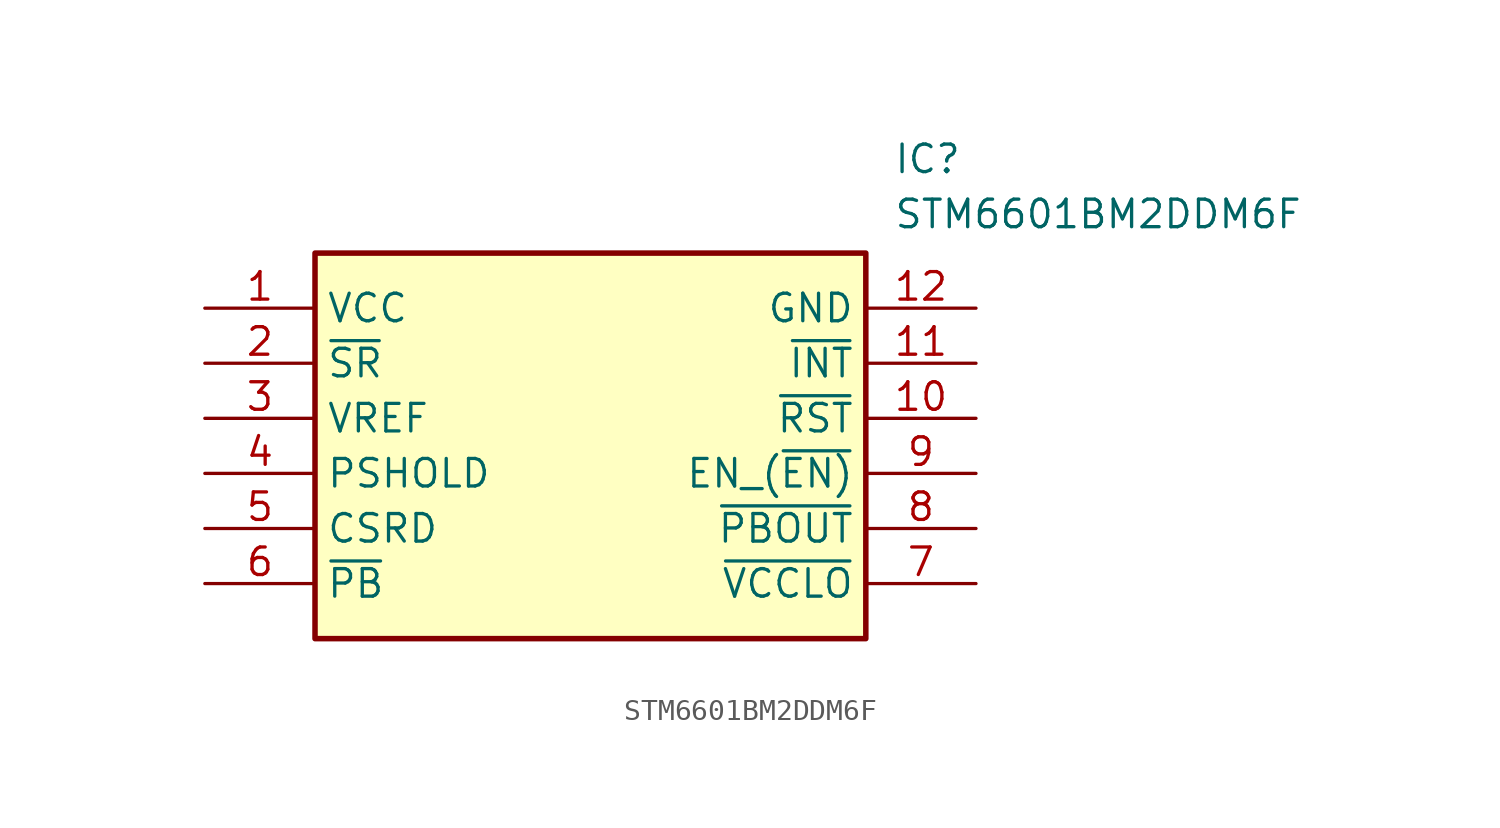
<source format=kicad_sym>
(kicad_symbol_lib
  (version 20211014)
  (generator SamacSys_ECAD_Model)
  (symbol "STM6601BM2DDM6F"
    (property "Reference" "IC"
      (at 31.75 7.62 0)
      (effects (font (size 1.27 1.27)) (justify left top)))
    (property "Value" "STM6601BM2DDM6F"
      (at 31.75 5.08 0)
      (effects (font (size 1.27 1.27)) (justify left top)))
    (rectangle
      (start 5.08 2.54)
      (end 30.48 -15.24)
      (stroke (width 0.254) (type default))
      (fill (type background)))
    (pin passive line
      (at 0 0 0)
      (length 5.08)
      (name "VCC" (effects (font (size 1.27 1.27))))
      (number "1" (effects (font (size 1.27 1.27)))))
    (pin passive line
      (at 0 -2.54 0)
      (length 5.08)
      (name "~{SR}" (effects (font (size 1.27 1.27))))
      (number "2" (effects (font (size 1.27 1.27)))))
    (pin passive line
      (at 0 -5.08 0)
      (length 5.08)
      (name "VREF" (effects (font (size 1.27 1.27))))
      (number "3" (effects (font (size 1.27 1.27)))))
    (pin passive line
      (at 0 -7.62 0)
      (length 5.08)
      (name "PSHOLD" (effects (font (size 1.27 1.27))))
      (number "4" (effects (font (size 1.27 1.27)))))
    (pin passive line
      (at 0 -10.16 0)
      (length 5.08)
      (name "CSRD" (effects (font (size 1.27 1.27))))
      (number "5" (effects (font (size 1.27 1.27)))))
    (pin passive line
      (at 0 -12.7 0)
      (length 5.08)
      (name "~{PB}" (effects (font (size 1.27 1.27))))
      (number "6" (effects (font (size 1.27 1.27)))))
    (pin passive line
      (at 35.56 -12.7 180)
      (length 5.08)
      (name "~{VCCLO}" (effects (font (size 1.27 1.27))))
      (number "7" (effects (font (size 1.27 1.27)))))
    (pin passive line
      (at 35.56 -10.16 180)
      (length 5.08)
      (name "~{PBOUT}" (effects (font (size 1.27 1.27))))
      (number "8" (effects (font (size 1.27 1.27)))))
    (pin passive line
      (at 35.56 -7.62 180)
      (length 5.08)
      (name "EN_(~{EN)}" (effects (font (size 1.27 1.27))))
      (number "9" (effects (font (size 1.27 1.27)))))
    (pin passive line
      (at 35.56 -5.08 180)
      (length 5.08)
      (name "~{RST}" (effects (font (size 1.27 1.27))))
      (number "10" (effects (font (size 1.27 1.27)))))
    (pin passive line
      (at 35.56 -2.54 180)
      (length 5.08)
      (name "~{INT}" (effects (font (size 1.27 1.27))))
      (number "11" (effects (font (size 1.27 1.27)))))
    (pin passive line
      (at 35.56 0 180)
      (length 5.08)
      (name "GND" (effects (font (size 1.27 1.27))))
      (number "12" (effects (font (size 1.27 1.27)))))))
</source>
